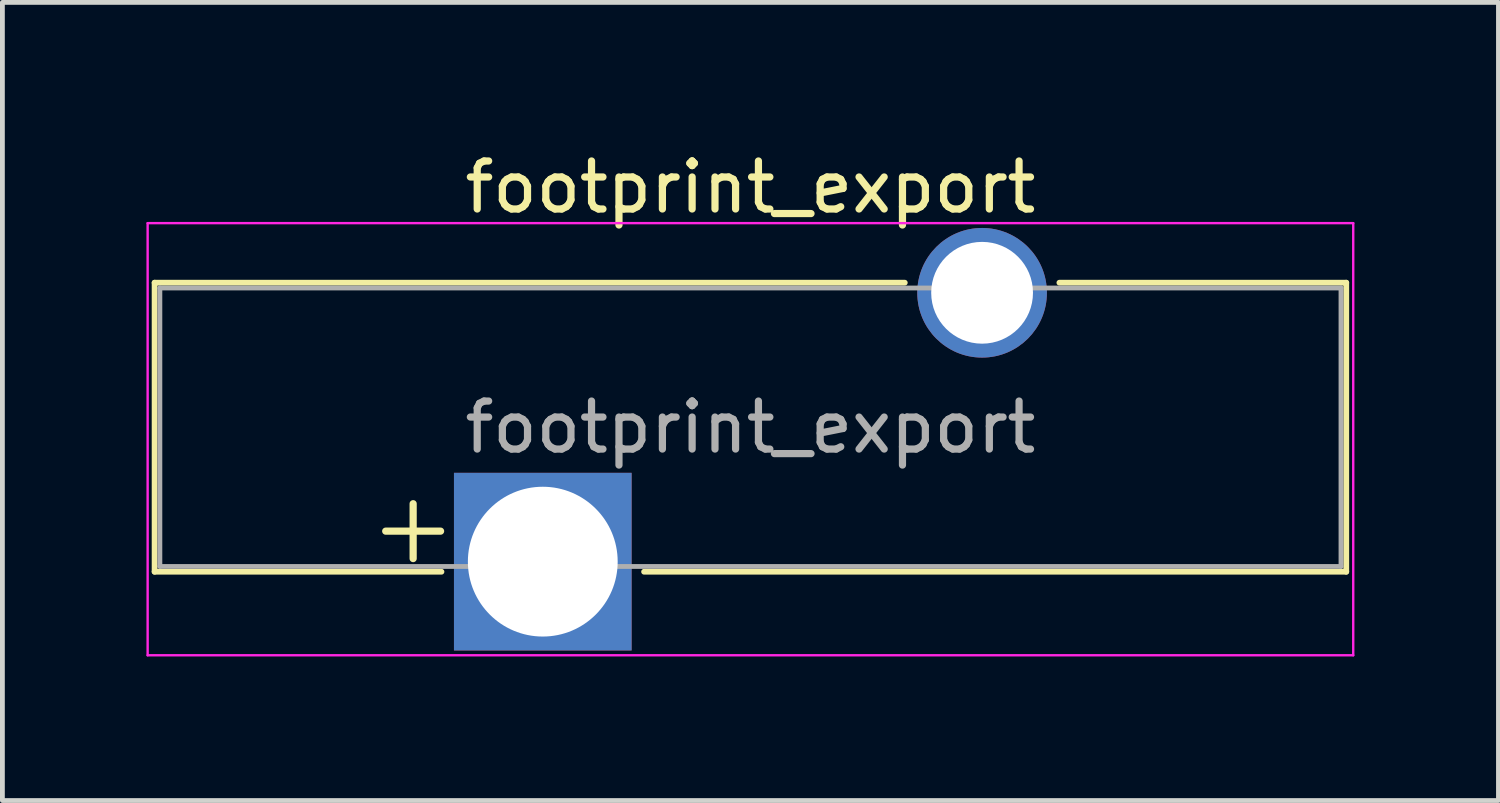
<source format=kicad_pcb>
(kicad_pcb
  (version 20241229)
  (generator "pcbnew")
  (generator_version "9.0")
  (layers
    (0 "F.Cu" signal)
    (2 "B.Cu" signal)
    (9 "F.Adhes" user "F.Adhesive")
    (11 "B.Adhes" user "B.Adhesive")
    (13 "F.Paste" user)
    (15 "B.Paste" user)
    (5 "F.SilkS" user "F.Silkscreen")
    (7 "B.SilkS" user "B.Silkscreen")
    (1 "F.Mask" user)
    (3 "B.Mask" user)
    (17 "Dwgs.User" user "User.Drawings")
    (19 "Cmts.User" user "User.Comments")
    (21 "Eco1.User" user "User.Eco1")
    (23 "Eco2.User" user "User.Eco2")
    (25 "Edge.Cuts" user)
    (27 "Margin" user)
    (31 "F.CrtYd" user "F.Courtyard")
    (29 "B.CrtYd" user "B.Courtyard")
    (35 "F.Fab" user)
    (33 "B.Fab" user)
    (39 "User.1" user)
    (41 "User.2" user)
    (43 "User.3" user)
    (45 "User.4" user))
  (footprint "footprint_export"
    (layer "F.Cu")
    (at 8.255 8.648)
    (property "Reference" "footprint_export" (at 4.325 -7.8 0) (layer "F.SilkS") (effects (font (size 1 1) (thickness 0.15))))
    (attr through_hole)
    (fp_line (start -8.085 -5.81) (end -8.085 0.21) (stroke (width 0.12) (type solid)) (layer "F.SilkS"))
    (fp_line (start -8.085 -5.81) (end 7.54 -5.81) (stroke (width 0.12) (type solid)) (layer "F.SilkS"))
    (fp_line (start -8.085 0.21) (end -2.11 0.21) (stroke (width 0.12) (type solid)) (layer "F.SilkS"))
    (fp_line (start 2.11 0.21) (end 16.735 0.21) (stroke (width 0.12) (type solid)) (layer "F.SilkS"))
    (fp_line (start 10.76 -5.81) (end 16.735 -5.81) (stroke (width 0.12) (type solid)) (layer "F.SilkS"))
    (fp_line (start 16.735 -5.81) (end 16.735 0.21) (stroke (width 0.12) (type solid)) (layer "F.SilkS"))
    (fp_line (start -8.23 -7.05) (end -8.23 1.95) (stroke (width 0.05) (type solid)) (layer "F.CrtYd"))
    (fp_line (start -8.23 -7.05) (end 16.88 -7.05) (stroke (width 0.05) (type solid)) (layer "F.CrtYd"))
    (fp_line (start -8.23 1.95) (end 16.88 1.95) (stroke (width 0.05) (type solid)) (layer "F.CrtYd"))
    (fp_line (start 16.88 -7.05) (end 16.88 1.95) (stroke (width 0.05) (type solid)) (layer "F.CrtYd"))
    (fp_line (start -7.975 -5.7) (end -7.975 0.1) (stroke (width 0.1) (type solid)) (layer "F.Fab"))
    (fp_line (start -7.975 -5.7) (end 16.625 -5.7) (stroke (width 0.1) (type solid)) (layer "F.Fab"))
    (fp_line (start -7.975 0.1) (end 16.625 0.1) (stroke (width 0.1) (type solid)) (layer "F.Fab"))
    (fp_line (start 16.625 -5.7) (end 16.625 0.1) (stroke (width 0.1) (type solid)) (layer "F.Fab"))
    (fp_text user "+" (at -2.7 -0.75 0) (layer "F.SilkS") (effects (font (size 1.5 1.5) (thickness 0.15))))
    (fp_text user "${REFERENCE}" (at 4.325 -2.8 180) (layer "F.Fab") (effects (font (size 1 1) (thickness 0.15))))
    (pad "1" thru_hole rect (at 0 0) (size 3.7 3.7) (drill 3.12) (layers "*.Cu" "*.Mask"))
    (pad "2" thru_hole circle (at 9.15 -5.6) (size 2.7 2.7) (drill 2.12) (layers "*.Cu" "*.Mask")))
  (gr_rect
    (start -3 -3)
    (end 28.16 13.623)
    (stroke (width 0.1) (type default))
    (fill no)
    (layer "Edge.Cuts")))
</source>
